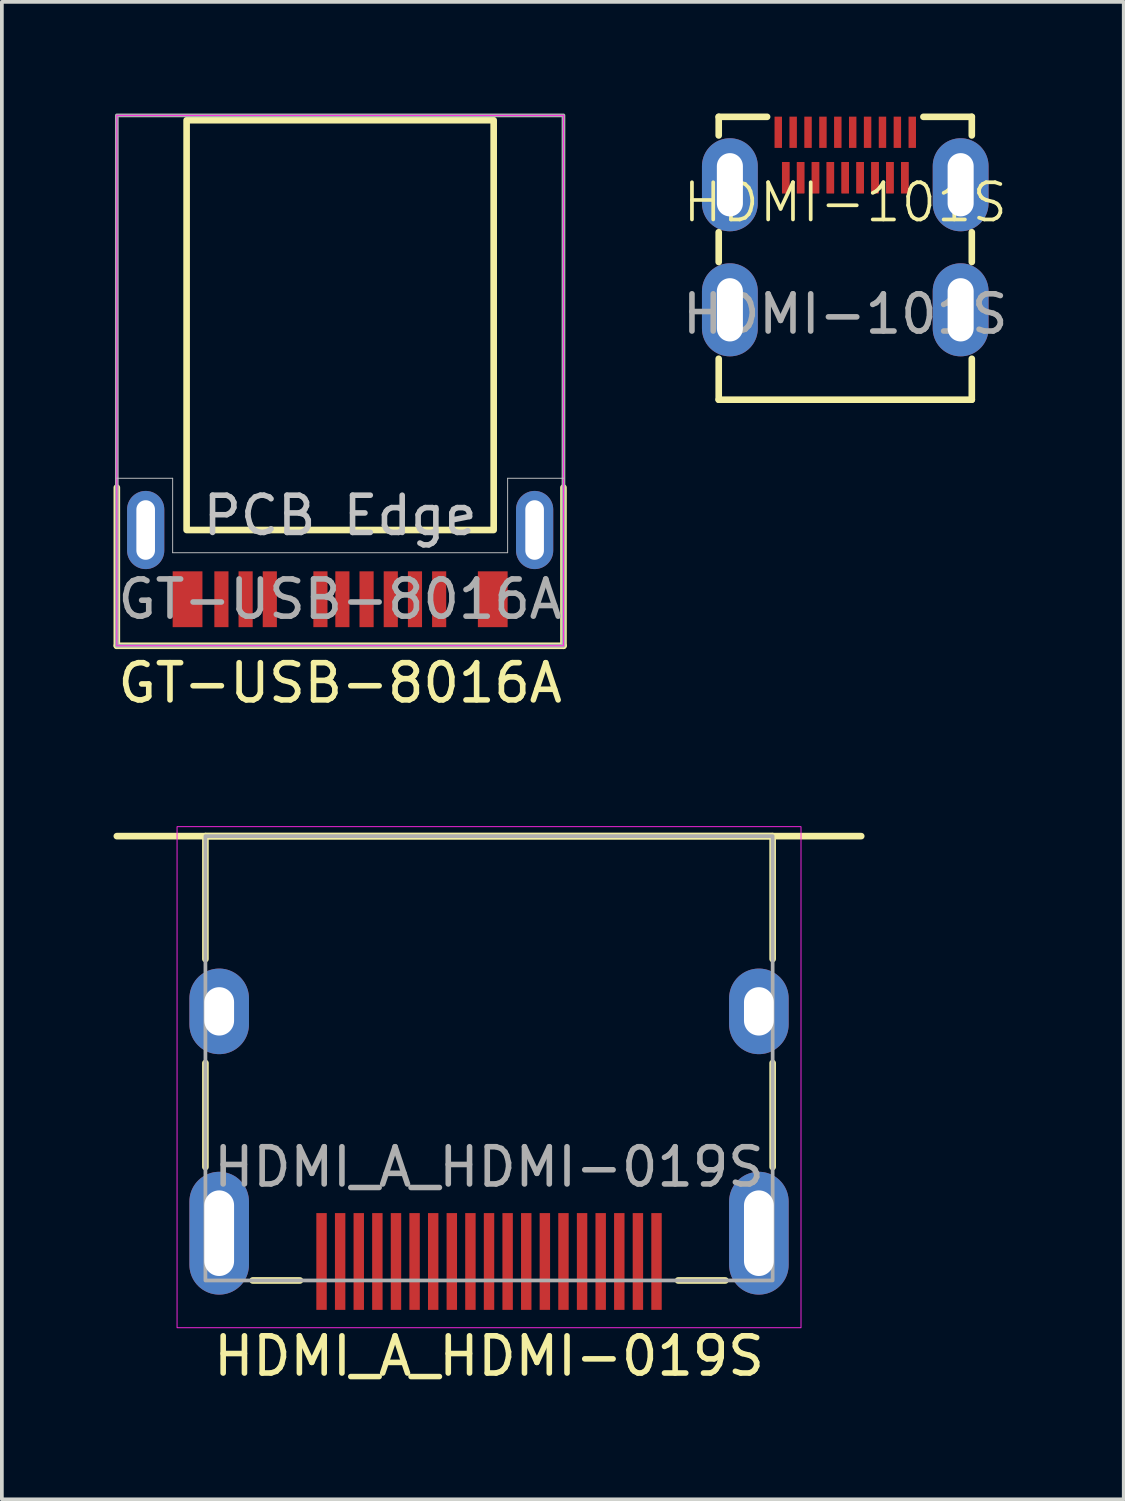
<source format=kicad_pcb>
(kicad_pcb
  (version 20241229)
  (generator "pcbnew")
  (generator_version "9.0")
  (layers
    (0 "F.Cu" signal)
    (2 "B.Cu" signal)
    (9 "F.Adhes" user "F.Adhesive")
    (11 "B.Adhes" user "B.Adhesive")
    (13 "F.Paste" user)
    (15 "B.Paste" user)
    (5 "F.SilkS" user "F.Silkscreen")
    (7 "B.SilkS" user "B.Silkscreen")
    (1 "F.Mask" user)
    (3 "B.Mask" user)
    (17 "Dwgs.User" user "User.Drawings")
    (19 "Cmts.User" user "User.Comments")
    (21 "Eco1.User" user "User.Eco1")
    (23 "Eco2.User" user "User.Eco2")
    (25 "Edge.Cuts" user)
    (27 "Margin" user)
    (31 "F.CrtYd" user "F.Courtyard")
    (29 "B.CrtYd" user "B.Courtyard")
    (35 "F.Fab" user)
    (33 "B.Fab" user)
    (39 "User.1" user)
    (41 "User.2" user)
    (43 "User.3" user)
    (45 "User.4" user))
  (footprint "GT-USB-8016A"
    (layer "F.Cu")
    (at 6.089 13.05)
    (property "Reference" "GT-USB-8016A" (at 0 2.25 0) (unlocked yes) (layer "F.SilkS") (effects (font (size 1 1) (thickness 0.15))))
    (attr smd)
    (fp_line (start -6 -3) (end -6 1.25) (stroke (width 0.178) (type solid)) (layer "F.SilkS"))
    (fp_line (start -6 1.25) (end 6 1.25) (stroke (width 0.178) (type solid)) (layer "F.SilkS"))
    (fp_line (start 6 1.25) (end 6 -3) (stroke (width 0.178) (type solid)) (layer "F.SilkS"))
    (fp_rect (start -4.125 -12.87) (end 4.125 -1.86) (stroke (width 0.178) (type solid)) (fill no) (layer "F.SilkS"))
    (fp_line (start -6 -3.25) (end -4.5 -3.25) (stroke (width 0.025) (type solid)) (layer "Dwgs.User"))
    (fp_line (start -4.5 -1.25) (end -4.5 -3.25) (stroke (width 0.025) (type solid)) (layer "Dwgs.User"))
    (fp_line (start -4.5 -1.25) (end 4.5 -1.25) (stroke (width 0.025) (type solid)) (layer "Dwgs.User"))
    (fp_line (start 4.5 -1.25) (end 4.5 -3.25) (stroke (width 0.025) (type solid)) (layer "Dwgs.User"))
    (fp_line (start 6 -3.25) (end 4.5 -3.25) (stroke (width 0.025) (type solid)) (layer "Dwgs.User"))
    (fp_rect (start -6 1.25) (end 6 -13) (stroke (width 0.025) (type solid)) (fill no) (layer "F.CrtYd"))
    (fp_rect (start -6 1.25) (end 6 -13) (stroke (width 0.1) (type solid)) (fill no) (layer "F.Fab"))
    (fp_text user "PCB Edge" (at 0 -2.25 0) (unlocked yes) (layer "Dwgs.User") (effects (font (size 1 1) (thickness 0.15))))
    (fp_text user "${REFERENCE}" (at 0 0 0) (unlocked yes) (layer "F.Fab") (effects (font (size 1 1) (thickness 0.15))))
    (pad "A1" smd rect (at -3.19 0) (size 0.38 1.5) (layers "F.Cu" "F.Mask" "F.Paste"))
    (pad "A2" smd rect (at -2.54 0) (size 0.38 1.5) (layers "F.Cu" "F.Mask" "F.Paste"))
    (pad "A3" smd rect (at -1.89 0) (size 0.38 1.5) (layers "F.Cu" "F.Mask" "F.Paste"))
    (pad "A5" smd rect (at -0.53 0) (size 0.38 1.5) (layers "F.Cu" "F.Mask" "F.Paste"))
    (pad "A6" smd rect (at 0.06 0) (size 0.38 1.5) (layers "F.Cu" "F.Mask" "F.Paste"))
    (pad "A7" smd rect (at 0.71 0) (size 0.38 1.5) (layers "F.Cu" "F.Mask" "F.Paste"))
    (pad "A9" smd rect (at 1.36 0) (size 0.38 1.5) (layers "F.Cu" "F.Mask" "F.Paste"))
    (pad "B10" smd rect (at 2.01 0) (size 0.38 1.5) (layers "F.Cu" "F.Mask" "F.Paste"))
    (pad "B11" smd rect (at 2.66 0) (size 0.38 1.5) (layers "F.Cu" "F.Mask" "F.Paste"))
    (pad "S1" thru_hole oval (at -5.225 -1.86) (size 1 2.1) (drill oval 0.5 1.6) (layers "*.Cu" "*.Mask"))
    (pad "S1" smd rect (at -4.1 0) (size 0.8 1.5) (layers "F.Cu" "F.Mask" "F.Paste"))
    (pad "S1" smd rect (at 4.1 0) (size 0.8 1.5) (layers "F.Cu" "F.Mask" "F.Paste"))
    (pad "S1" thru_hole oval (at 5.225 -1.86) (size 1 2.1) (drill oval 0.5 1.6) (layers "*.Cu" "*.Mask")))
  (footprint "HDMI_A_HDMI-019S"
    (layer "F.Cu")
    (at 10.089 30.083)
    (property "Reference" "HDMI_A_HDMI-019S" (at 0 3.302 0) (unlocked yes) (layer "F.SilkS") (effects (font (size 1 1) (thickness 0.15))))
    (attr smd)
    (fp_line (start -10 -10.668) (end 10 -10.668) (stroke (width 0.178) (type default)) (layer "F.SilkS"))
    (fp_line (start -7.62 -10.668) (end 7.62 -10.668) (stroke (width 0.178) (type solid)) (layer "F.SilkS"))
    (fp_line (start -7.62 -7.366) (end -7.62 -10.668) (stroke (width 0.178) (type solid)) (layer "F.SilkS"))
    (fp_line (start -7.62 -1.778) (end -7.62 -4.572) (stroke (width 0.178) (type solid)) (layer "F.SilkS"))
    (fp_line (start -6.35 1.27) (end -5.08 1.27) (stroke (width 0.178) (type solid)) (layer "F.SilkS"))
    (fp_line (start 5.08 1.27) (end 6.35 1.27) (stroke (width 0.178) (type solid)) (layer "F.SilkS"))
    (fp_line (start 7.62 -10.668) (end 7.62 -7.366) (stroke (width 0.178) (type solid)) (layer "F.SilkS"))
    (fp_line (start 7.62 -4.572) (end 7.62 -1.778) (stroke (width 0.178) (type solid)) (layer "F.SilkS"))
    (fp_rect (start -8.382 2.54) (end 8.382 -10.922) (stroke (width 0.025) (type solid)) (fill no) (layer "F.CrtYd"))
    (fp_rect (start -7.62 1.27) (end 7.62 -10.668) (stroke (width 0.1) (type solid)) (fill no) (layer "F.Fab"))
    (fp_text user "${REFERENCE}" (at 0 -1.778 0) (unlocked yes) (layer "F.Fab") (effects (font (size 1 1) (thickness 0.15))))
    (pad "1" smd rect (at -4.5 0.76) (size 0.28 2.6) (layers "F.Cu" "F.Mask" "F.Paste"))
    (pad "2" smd rect (at -4 0.76) (size 0.28 2.6) (layers "F.Cu" "F.Mask" "F.Paste"))
    (pad "3" smd rect (at -3.5 0.76) (size 0.28 2.6) (layers "F.Cu" "F.Mask" "F.Paste"))
    (pad "4" smd rect (at -3 0.76) (size 0.28 2.6) (layers "F.Cu" "F.Mask" "F.Paste"))
    (pad "5" smd rect (at -2.5 0.76) (size 0.28 2.6) (layers "F.Cu" "F.Mask" "F.Paste"))
    (pad "6" smd rect (at -2 0.76) (size 0.28 2.6) (layers "F.Cu" "F.Mask" "F.Paste"))
    (pad "7" smd rect (at -1.5 0.76) (size 0.28 2.6) (layers "F.Cu" "F.Mask" "F.Paste"))
    (pad "8" smd rect (at -1 0.76) (size 0.28 2.6) (layers "F.Cu" "F.Mask" "F.Paste"))
    (pad "9" smd rect (at -0.5 0.76) (size 0.28 2.6) (layers "F.Cu" "F.Mask" "F.Paste"))
    (pad "10" smd rect (at 0 0.76) (size 0.28 2.6) (layers "F.Cu" "F.Mask" "F.Paste"))
    (pad "11" smd rect (at 0.5 0.76) (size 0.28 2.6) (layers "F.Cu" "F.Mask" "F.Paste"))
    (pad "12" smd rect (at 1 0.76) (size 0.28 2.6) (layers "F.Cu" "F.Mask" "F.Paste"))
    (pad "13" smd rect (at 1.5 0.76) (size 0.28 2.6) (layers "F.Cu" "F.Mask" "F.Paste"))
    (pad "14" smd rect (at 2 0.76) (size 0.28 2.6) (layers "F.Cu" "F.Mask" "F.Paste"))
    (pad "15" smd rect (at 2.5 0.76) (size 0.28 2.6) (layers "F.Cu" "F.Mask" "F.Paste"))
    (pad "16" smd rect (at 3 0.76) (size 0.28 2.6) (layers "F.Cu" "F.Mask" "F.Paste"))
    (pad "17" smd rect (at 3.5 0.76) (size 0.28 2.6) (layers "F.Cu" "F.Mask" "F.Paste"))
    (pad "18" smd rect (at 4 0.76) (size 0.28 2.6) (layers "F.Cu" "F.Mask" "F.Paste"))
    (pad "19" smd rect (at 4.5 0.76) (size 0.28 2.6) (layers "F.Cu" "F.Mask" "F.Paste"))
    (pad "SH" thru_hole oval (at -7.25 -5.96) (size 1.6 2.3) (drill oval 0.8 1.3) (layers "*.Cu" "*.Mask"))
    (pad "SH" thru_hole oval (at -7.25 0) (size 1.6 3.3) (drill oval 0.8 2.3) (layers "*.Cu" "*.Mask"))
    (pad "SH" thru_hole oval (at 7.25 -5.96) (size 1.6 2.3) (drill oval 0.8 1.3) (layers "*.Cu" "*.Mask"))
    (pad "SH" thru_hole oval (at 7.25 0) (size 1.6 3.3) (drill oval 0.8 2.3) (layers "*.Cu" "*.Mask")))
  (footprint "HDMI-101S"
    (layer "F.Cu")
    (at 19.66 2.889)
    (property "Reference" "HDMI-101S" (at 0 -0.5 0) (unlocked yes) (layer "F.SilkS") (effects (font (size 1 1) (thickness 0.1))))
    (attr smd)
    (fp_line (start -3.4 -2.8) (end -3.4 -2.3) (stroke (width 0.178) (type solid)) (layer "F.SilkS"))
    (fp_line (start -3.4 0.3) (end -3.4 1.1) (stroke (width 0.178) (type solid)) (layer "F.SilkS"))
    (fp_line (start -3.4 4.8) (end -3.4 3.7) (stroke (width 0.178) (type solid)) (layer "F.SilkS"))
    (fp_line (start -3.4 4.8) (end 3.4 4.8) (stroke (width 0.178) (type solid)) (layer "F.SilkS"))
    (fp_line (start -2.1 -2.8) (end -3.4 -2.8) (stroke (width 0.178) (type solid)) (layer "F.SilkS"))
    (fp_line (start 3.4 -2.8) (end 2.1 -2.8) (stroke (width 0.178) (type solid)) (layer "F.SilkS"))
    (fp_line (start 3.4 -2.8) (end 3.4 -2.3) (stroke (width 0.178) (type solid)) (layer "F.SilkS"))
    (fp_line (start 3.4 0.3) (end 3.4 1.1) (stroke (width 0.178) (type solid)) (layer "F.SilkS"))
    (fp_line (start 3.4 4.8) (end 3.4 3.7) (stroke (width 0.178) (type solid)) (layer "F.SilkS"))
    (fp_text user "${REFERENCE}" (at 0 2.5 0) (unlocked yes) (layer "F.Fab") (effects (font (size 1 1) (thickness 0.15))))
    (pad "1" smd rect (at 1.8 -2.385) (size 0.2 0.84) (layers "F.Cu" "F.Mask" "F.Paste"))
    (pad "2" smd rect (at 1.6 -1.165) (size 0.2 0.84) (layers "F.Cu" "F.Mask" "F.Paste"))
    (pad "2" smd rect (at 1.6 -1.165) (size 0.2 0.84) (layers "F.Cu" "F.Mask" "F.Paste"))
    (pad "3" smd rect (at 1.4 -2.385) (size 0.2 0.84) (layers "F.Cu" "F.Mask" "F.Paste"))
    (pad "4" smd rect (at 1.2 -1.165) (size 0.2 0.84) (layers "F.Cu" "F.Mask" "F.Paste"))
    (pad "4" smd rect (at 1.2 -1.165) (size 0.2 0.84) (layers "F.Cu" "F.Mask" "F.Paste"))
    (pad "5" smd rect (at 1 -2.385) (size 0.2 0.84) (layers "F.Cu" "F.Mask" "F.Paste"))
    (pad "6" smd rect (at 0.8 -1.165) (size 0.2 0.84) (layers "F.Cu" "F.Mask" "F.Paste"))
    (pad "6" smd rect (at 0.8 -1.165) (size 0.2 0.84) (layers "F.Cu" "F.Mask" "F.Paste"))
    (pad "7" smd rect (at 0.6 -2.385) (size 0.2 0.84) (layers "F.Cu" "F.Mask" "F.Paste"))
    (pad "8" smd rect (at 0.4 -1.165) (size 0.2 0.84) (layers "F.Cu" "F.Mask" "F.Paste"))
    (pad "8" smd rect (at 0.4 -1.165) (size 0.2 0.84) (layers "F.Cu" "F.Mask" "F.Paste"))
    (pad "9" smd rect (at 0.2 -2.385) (size 0.2 0.84) (layers "F.Cu" "F.Mask" "F.Paste"))
    (pad "10" smd rect (at 0 -1.165) (size 0.2 0.84) (layers "F.Cu" "F.Mask" "F.Paste"))
    (pad "10" smd rect (at 0 -1.165) (size 0.2 0.84) (layers "F.Cu" "F.Mask" "F.Paste"))
    (pad "11" smd rect (at -0.2 -2.385) (size 0.2 0.84) (layers "F.Cu" "F.Mask" "F.Paste"))
    (pad "12" smd rect (at -0.4 -1.165) (size 0.2 0.84) (layers "F.Cu" "F.Mask" "F.Paste"))
    (pad "12" smd rect (at -0.4 -1.165) (size 0.2 0.84) (layers "F.Cu" "F.Mask" "F.Paste"))
    (pad "13" smd rect (at -0.6 -2.385) (size 0.2 0.84) (layers "F.Cu" "F.Mask" "F.Paste"))
    (pad "14" smd rect (at -0.8 -1.165) (size 0.2 0.84) (layers "F.Cu" "F.Mask" "F.Paste"))
    (pad "14" smd rect (at -0.8 -1.165) (size 0.2 0.84) (layers "F.Cu" "F.Mask" "F.Paste"))
    (pad "15" smd rect (at -1 -2.385) (size 0.2 0.84) (layers "F.Cu" "F.Mask" "F.Paste"))
    (pad "16" smd rect (at -1.2 -1.165) (size 0.2 0.84) (layers "F.Cu" "F.Mask" "F.Paste"))
    (pad "16" smd rect (at -1.2 -1.165) (size 0.2 0.84) (layers "F.Cu" "F.Mask" "F.Paste"))
    (pad "17" smd rect (at -1.4 -2.385) (size 0.2 0.84) (layers "F.Cu" "F.Mask" "F.Paste"))
    (pad "18" smd rect (at -1.6 -1.165) (size 0.2 0.84) (layers "F.Cu" "F.Mask" "F.Paste"))
    (pad "18" smd rect (at -1.6 -1.165) (size 0.2 0.84) (layers "F.Cu" "F.Mask" "F.Paste"))
    (pad "19" smd rect (at -1.8 -2.385) (size 0.2 0.84) (layers "F.Cu" "F.Mask" "F.Paste"))
    (pad "SH" thru_hole oval (at -3.1 -0.975) (size 1.5 2.5) (drill oval 0.7 1.7) (layers "*.Cu" "*.Mask"))
    (pad "SH" thru_hole oval (at -3.1 2.385) (size 1.5 2.5) (drill oval 0.7 1.7) (layers "*.Cu" "*.Mask"))
    (pad "SH" thru_hole oval (at 3.1 -0.975) (size 1.5 2.5) (drill oval 0.7 1.7) (layers "*.Cu" "*.Mask"))
    (pad "SH" thru_hole oval (at 3.1 2.385) (size 1.5 2.5) (drill oval 0.7 1.7) (layers "*.Cu" "*.Mask")))
  (gr_rect
    (start -3 -3)
    (end 27.142 37.233)
    (stroke (width 0.1) (type default))
    (fill no)
    (layer "Edge.Cuts")))
</source>
